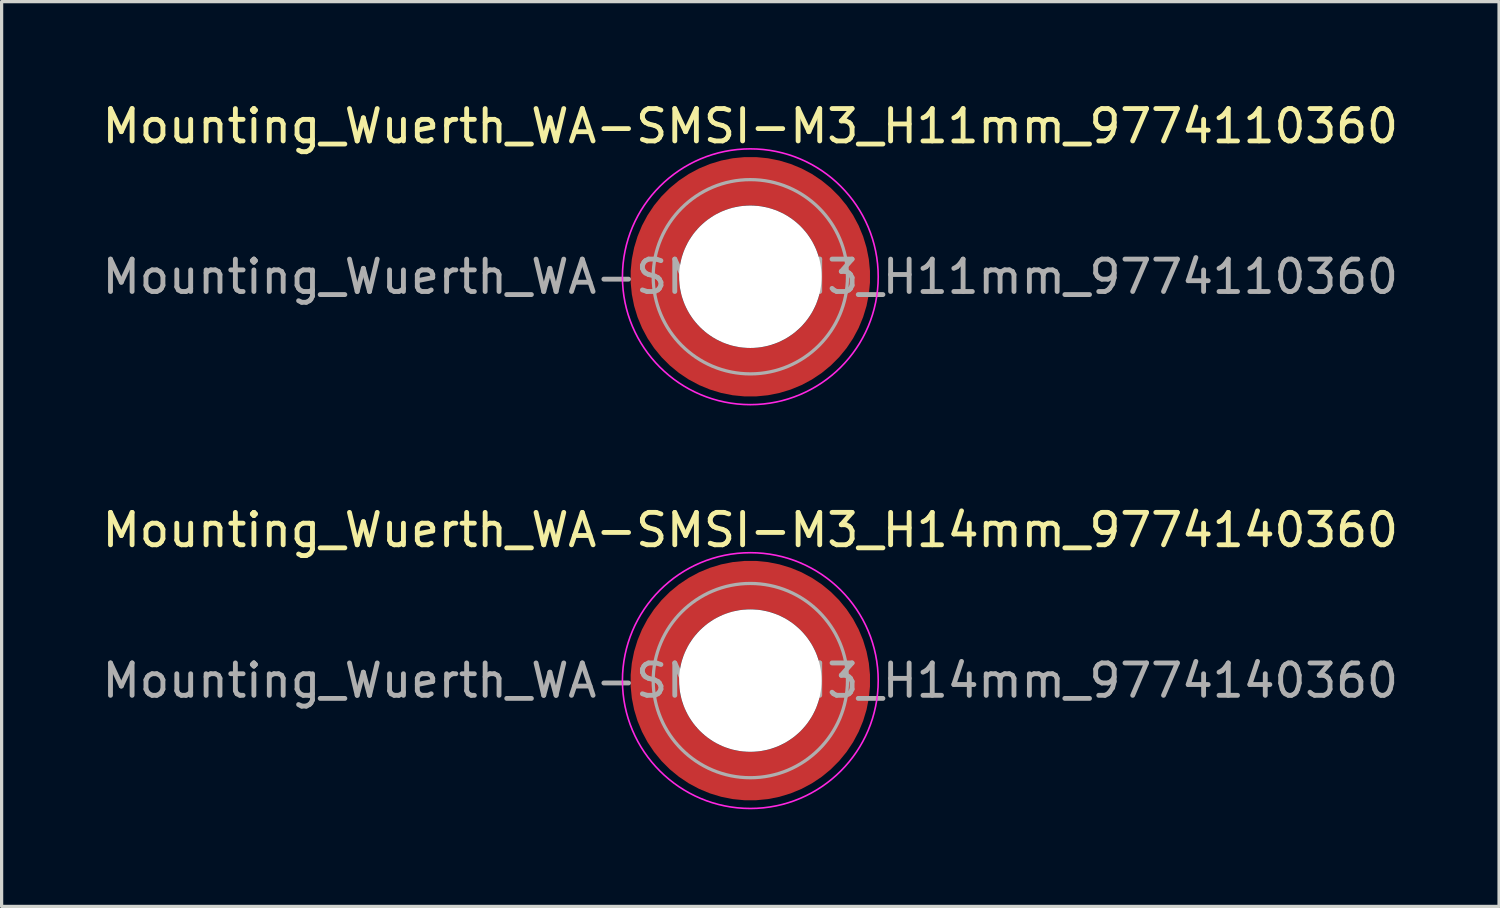
<source format=kicad_pcb>
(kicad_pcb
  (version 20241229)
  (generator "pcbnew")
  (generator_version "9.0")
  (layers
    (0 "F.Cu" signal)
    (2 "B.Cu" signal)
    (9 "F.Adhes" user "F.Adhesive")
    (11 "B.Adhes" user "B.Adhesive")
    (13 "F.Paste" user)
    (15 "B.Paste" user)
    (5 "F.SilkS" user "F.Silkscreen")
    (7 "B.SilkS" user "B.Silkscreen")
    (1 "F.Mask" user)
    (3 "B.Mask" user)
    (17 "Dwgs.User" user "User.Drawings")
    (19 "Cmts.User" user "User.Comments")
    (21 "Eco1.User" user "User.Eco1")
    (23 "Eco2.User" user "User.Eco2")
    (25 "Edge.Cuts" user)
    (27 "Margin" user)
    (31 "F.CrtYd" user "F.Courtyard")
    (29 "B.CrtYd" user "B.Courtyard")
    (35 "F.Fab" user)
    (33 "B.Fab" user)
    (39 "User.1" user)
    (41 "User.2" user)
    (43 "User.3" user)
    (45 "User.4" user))
  (footprint "Mounting_Wuerth_WA-SMSI-M3_H11mm_9774110360"
    (layer "F.Cu")
    (at 20.125 5.498)
    (property "Reference" "Mounting_Wuerth_WA-SMSI-M3_H11mm_9774110360" (at 0 -4.65 0) (layer "F.SilkS") (effects (font (size 1 1) (thickness 0.15))))
    (property "Mouser Part no." "" (at 0 0 0) (layer "F.Fab") (effects (font (size 1.27 1.27) (thickness 0.15))))
    (property "Mouser link" "" (at 0 0 0) (layer "F.Fab") (effects (font (size 1.27 1.27) (thickness 0.15))))
    (attr smd)
    (fp_circle (center 0 0) (end 3.95 0) (stroke (width 0.05) (type solid)) (fill no) (layer "F.CrtYd"))
    (fp_circle (center 0 0) (end 3 0) (stroke (width 0.1) (type solid)) (fill no) (layer "F.Fab"))
    (fp_text user "${REFERENCE}" (at 0 0 0) (layer "F.Fab") (effects (font (size 1 1) (thickness 0.15))))
    (pad "" smd custom (at -2.058 -2.058) (size 0.7 0.7) (layers "F.Paste") (options (anchor circle)) (primitives (gr_arc (start -0.377294 1.707681) (mid 0.317579 0.318817) (end 1.705947 -0.377044) (width 0.2)) (gr_arc (start -0.478281 1.707681) (mid 0.246161 0.248814) (end 1.703965 -0.477765) (width 0.2)) (gr_arc (start -0.579192 1.707681) (mid 0.175492 0.178063) (end 1.704077 -0.578711) (width 0.2)) (gr_arc (start -0.680037 1.707681) (mid 0.105568 0.106564) (end 1.706284 -0.679858) (width 0.2)) (gr_arc (start -0.780822 1.707681) (mid 0.034627 0.036085) (end 1.705634 -0.780569) (width 0.2)) (gr_arc (start -0.881554 1.707681) (mid -0.035694 -0.035016) (end 1.706729 -0.881441) (width 0.2)) (gr_arc (start -0.982237 1.707681) (mid -0.107281 -0.10485) (end 1.704266 -0.981842) (width 0.2)) (gr_arc (start -1.082877 1.707681) (mid -0.178372 -0.175181) (end 1.703197 -1.082374) (width 0.2)) (gr_arc (start -1.183476 1.707681) (mid -0.248964 -0.246008) (end 1.703525 -1.183025) (width 0.2)) (gr_arc (start -1.28404 1.707681) (mid -0.319062 -0.317333) (end 1.70525 -1.283784) (width 0.2)) (gr_line (start 1.708 -0.377) (end 1.708 -1.284) (width 0.2)) (gr_line (start -0.377 1.708) (end -1.284 1.708) (width 0.2))))
    (pad "" smd custom (at -2.058 2.058) (size 0.7 0.7) (layers "F.Paste") (options (anchor circle)) (primitives (gr_arc (start 1.707681 0.377294) (mid 0.318817 -0.317579) (end -0.377044 -1.705947) (width 0.2)) (gr_arc (start 1.707681 0.478281) (mid 0.248814 -0.246161) (end -0.477765 -1.703965) (width 0.2)) (gr_arc (start 1.707681 0.579192) (mid 0.178063 -0.175492) (end -0.578711 -1.704077) (width 0.2)) (gr_arc (start 1.707681 0.680037) (mid 0.106564 -0.105568) (end -0.679858 -1.706284) (width 0.2)) (gr_arc (start 1.707681 0.780822) (mid 0.036085 -0.034627) (end -0.780569 -1.705634) (width 0.2)) (gr_arc (start 1.707681 0.881554) (mid -0.035016 0.035694) (end -0.881441 -1.706729) (width 0.2)) (gr_arc (start 1.707681 0.982237) (mid -0.10485 0.107281) (end -0.981842 -1.704266) (width 0.2)) (gr_arc (start 1.707681 1.082877) (mid -0.175181 0.178372) (end -1.082374 -1.703197) (width 0.2)) (gr_arc (start 1.707681 1.183476) (mid -0.246008 0.248964) (end -1.183025 -1.703525) (width 0.2)) (gr_arc (start 1.707681 1.28404) (mid -0.317333 0.319062) (end -1.283784 -1.70525) (width 0.2)) (gr_line (start -0.377 -1.708) (end -1.284 -1.708) (width 0.2)) (gr_line (start 1.708 0.377) (end 1.708 1.284) (width 0.2))))
    (pad "" np_thru_hole circle (at 0 0) (size 4.4 4.4) (drill 4.4) (layers "*.Cu" "*.Mask"))
    (pad "" smd custom (at 2.058 -2.058) (size 0.7 0.7) (layers "F.Paste") (options (anchor circle)) (primitives (gr_arc (start -1.707681 -0.377294) (mid -0.318817 0.317579) (end 0.377044 1.705947) (width 0.2)) (gr_arc (start -1.707681 -0.478281) (mid -0.248814 0.246161) (end 0.477765 1.703965) (width 0.2)) (gr_arc (start -1.707681 -0.579192) (mid -0.178063 0.175492) (end 0.578711 1.704077) (width 0.2)) (gr_arc (start -1.707681 -0.680037) (mid -0.106564 0.105568) (end 0.679858 1.706284) (width 0.2)) (gr_arc (start -1.707681 -0.780822) (mid -0.036085 0.034627) (end 0.780569 1.705634) (width 0.2)) (gr_arc (start -1.707681 -0.881554) (mid 0.035016 -0.035694) (end 0.881441 1.706729) (width 0.2)) (gr_arc (start -1.707681 -0.982237) (mid 0.10485 -0.107281) (end 0.981842 1.704266) (width 0.2)) (gr_arc (start -1.707681 -1.082877) (mid 0.175181 -0.178372) (end 1.082374 1.703197) (width 0.2)) (gr_arc (start -1.707681 -1.183476) (mid 0.246008 -0.248964) (end 1.183025 1.703525) (width 0.2)) (gr_arc (start -1.707681 -1.28404) (mid 0.317333 -0.319062) (end 1.283784 1.70525) (width 0.2)) (gr_line (start 0.377 1.708) (end 1.284 1.708) (width 0.2)) (gr_line (start -1.708 -0.377) (end -1.708 -1.284) (width 0.2))))
    (pad "" smd custom (at 2.058 2.058) (size 0.7 0.7) (layers "F.Paste") (options (anchor circle)) (primitives (gr_arc (start 0.377294 -1.707681) (mid -0.317579 -0.318817) (end -1.705947 0.377044) (width 0.2)) (gr_arc (start 0.478281 -1.707681) (mid -0.246161 -0.248814) (end -1.703965 0.477765) (width 0.2)) (gr_arc (start 0.579192 -1.707681) (mid -0.175492 -0.178063) (end -1.704077 0.578711) (width 0.2)) (gr_arc (start 0.680037 -1.707681) (mid -0.105568 -0.106564) (end -1.706284 0.679858) (width 0.2)) (gr_arc (start 0.780822 -1.707681) (mid -0.034627 -0.036085) (end -1.705634 0.780569) (width 0.2)) (gr_arc (start 0.881554 -1.707681) (mid 0.035694 0.035016) (end -1.706729 0.881441) (width 0.2)) (gr_arc (start 0.982237 -1.707681) (mid 0.107281 0.10485) (end -1.704266 0.981842) (width 0.2)) (gr_arc (start 1.082877 -1.707681) (mid 0.178372 0.175181) (end -1.703197 1.082374) (width 0.2)) (gr_arc (start 1.183476 -1.707681) (mid 0.248964 0.246008) (end -1.703525 1.183025) (width 0.2)) (gr_arc (start 1.28404 -1.707681) (mid 0.319062 0.317333) (end -1.70525 1.283784) (width 0.2)) (gr_line (start -1.708 0.377) (end -1.708 1.284) (width 0.2)) (gr_line (start 0.377 -1.708) (end 1.284 -1.708) (width 0.2))))
    (pad "1" smd circle (at -2.95 0) (size 1.1 1.1) (layers "F.Cu"))
    (pad "1" smd circle (at 0 -2.95) (size 1.1 1.1) (layers "F.Cu"))
    (pad "1" smd circle (at 0 2.95) (size 1.1 1.1) (layers "F.Cu"))
    (pad "1" smd custom (at 2.95 0) (size 1.1 1.1) (layers "F.Cu" "F.Mask") (options (anchor circle)) (primitives (gr_circle (center -2.95 0) (end 0 0) (width 1.5) (fill no)))))
  (footprint "Mounting_Wuerth_WA-SMSI-M3_H14mm_9774140360"
    (layer "F.Cu")
    (at 20.125 17.971)
    (property "Reference" "Mounting_Wuerth_WA-SMSI-M3_H14mm_9774140360" (at 0 -4.65 0) (layer "F.SilkS") (effects (font (size 1 1) (thickness 0.15))))
    (property "Mouser Part no." "" (at 0 0 0) (layer "F.Fab") (effects (font (size 1.27 1.27) (thickness 0.15))))
    (property "Mouser link" "" (at 0 0 0) (layer "F.Fab") (effects (font (size 1.27 1.27) (thickness 0.15))))
    (attr smd)
    (fp_circle (center 0 0) (end 3.95 0) (stroke (width 0.05) (type solid)) (fill no) (layer "F.CrtYd"))
    (fp_circle (center 0 0) (end 3 0) (stroke (width 0.1) (type solid)) (fill no) (layer "F.Fab"))
    (fp_text user "${REFERENCE}" (at 0 0 0) (layer "F.Fab") (effects (font (size 1 1) (thickness 0.15))))
    (pad "" smd custom (at -2.058 -2.058) (size 0.7 0.7) (layers "F.Paste") (options (anchor circle)) (primitives (gr_arc (start -0.377294 1.707681) (mid 0.317579 0.318817) (end 1.705947 -0.377044) (width 0.2)) (gr_arc (start -0.478281 1.707681) (mid 0.246161 0.248814) (end 1.703965 -0.477765) (width 0.2)) (gr_arc (start -0.579192 1.707681) (mid 0.175492 0.178063) (end 1.704077 -0.578711) (width 0.2)) (gr_arc (start -0.680037 1.707681) (mid 0.105568 0.106564) (end 1.706284 -0.679858) (width 0.2)) (gr_arc (start -0.780822 1.707681) (mid 0.034627 0.036085) (end 1.705634 -0.780569) (width 0.2)) (gr_arc (start -0.881554 1.707681) (mid -0.035694 -0.035016) (end 1.706729 -0.881441) (width 0.2)) (gr_arc (start -0.982237 1.707681) (mid -0.107281 -0.10485) (end 1.704266 -0.981842) (width 0.2)) (gr_arc (start -1.082877 1.707681) (mid -0.178372 -0.175181) (end 1.703197 -1.082374) (width 0.2)) (gr_arc (start -1.183476 1.707681) (mid -0.248964 -0.246008) (end 1.703525 -1.183025) (width 0.2)) (gr_arc (start -1.28404 1.707681) (mid -0.319062 -0.317333) (end 1.70525 -1.283784) (width 0.2)) (gr_line (start 1.708 -0.377) (end 1.708 -1.284) (width 0.2)) (gr_line (start -0.377 1.708) (end -1.284 1.708) (width 0.2))))
    (pad "" smd custom (at -2.058 2.058) (size 0.7 0.7) (layers "F.Paste") (options (anchor circle)) (primitives (gr_arc (start 1.707681 0.377294) (mid 0.318817 -0.317579) (end -0.377044 -1.705947) (width 0.2)) (gr_arc (start 1.707681 0.478281) (mid 0.248814 -0.246161) (end -0.477765 -1.703965) (width 0.2)) (gr_arc (start 1.707681 0.579192) (mid 0.178063 -0.175492) (end -0.578711 -1.704077) (width 0.2)) (gr_arc (start 1.707681 0.680037) (mid 0.106564 -0.105568) (end -0.679858 -1.706284) (width 0.2)) (gr_arc (start 1.707681 0.780822) (mid 0.036085 -0.034627) (end -0.780569 -1.705634) (width 0.2)) (gr_arc (start 1.707681 0.881554) (mid -0.035016 0.035694) (end -0.881441 -1.706729) (width 0.2)) (gr_arc (start 1.707681 0.982237) (mid -0.10485 0.107281) (end -0.981842 -1.704266) (width 0.2)) (gr_arc (start 1.707681 1.082877) (mid -0.175181 0.178372) (end -1.082374 -1.703197) (width 0.2)) (gr_arc (start 1.707681 1.183476) (mid -0.246008 0.248964) (end -1.183025 -1.703525) (width 0.2)) (gr_arc (start 1.707681 1.28404) (mid -0.317333 0.319062) (end -1.283784 -1.70525) (width 0.2)) (gr_line (start -0.377 -1.708) (end -1.284 -1.708) (width 0.2)) (gr_line (start 1.708 0.377) (end 1.708 1.284) (width 0.2))))
    (pad "" np_thru_hole circle (at 0 0) (size 4.4 4.4) (drill 4.4) (layers "*.Cu" "*.Mask"))
    (pad "" smd custom (at 2.058 -2.058) (size 0.7 0.7) (layers "F.Paste") (options (anchor circle)) (primitives (gr_arc (start -1.707681 -0.377294) (mid -0.318817 0.317579) (end 0.377044 1.705947) (width 0.2)) (gr_arc (start -1.707681 -0.478281) (mid -0.248814 0.246161) (end 0.477765 1.703965) (width 0.2)) (gr_arc (start -1.707681 -0.579192) (mid -0.178063 0.175492) (end 0.578711 1.704077) (width 0.2)) (gr_arc (start -1.707681 -0.680037) (mid -0.106564 0.105568) (end 0.679858 1.706284) (width 0.2)) (gr_arc (start -1.707681 -0.780822) (mid -0.036085 0.034627) (end 0.780569 1.705634) (width 0.2)) (gr_arc (start -1.707681 -0.881554) (mid 0.035016 -0.035694) (end 0.881441 1.706729) (width 0.2)) (gr_arc (start -1.707681 -0.982237) (mid 0.10485 -0.107281) (end 0.981842 1.704266) (width 0.2)) (gr_arc (start -1.707681 -1.082877) (mid 0.175181 -0.178372) (end 1.082374 1.703197) (width 0.2)) (gr_arc (start -1.707681 -1.183476) (mid 0.246008 -0.248964) (end 1.183025 1.703525) (width 0.2)) (gr_arc (start -1.707681 -1.28404) (mid 0.317333 -0.319062) (end 1.283784 1.70525) (width 0.2)) (gr_line (start 0.377 1.708) (end 1.284 1.708) (width 0.2)) (gr_line (start -1.708 -0.377) (end -1.708 -1.284) (width 0.2))))
    (pad "" smd custom (at 2.058 2.058) (size 0.7 0.7) (layers "F.Paste") (options (anchor circle)) (primitives (gr_arc (start 0.377294 -1.707681) (mid -0.317579 -0.318817) (end -1.705947 0.377044) (width 0.2)) (gr_arc (start 0.478281 -1.707681) (mid -0.246161 -0.248814) (end -1.703965 0.477765) (width 0.2)) (gr_arc (start 0.579192 -1.707681) (mid -0.175492 -0.178063) (end -1.704077 0.578711) (width 0.2)) (gr_arc (start 0.680037 -1.707681) (mid -0.105568 -0.106564) (end -1.706284 0.679858) (width 0.2)) (gr_arc (start 0.780822 -1.707681) (mid -0.034627 -0.036085) (end -1.705634 0.780569) (width 0.2)) (gr_arc (start 0.881554 -1.707681) (mid 0.035694 0.035016) (end -1.706729 0.881441) (width 0.2)) (gr_arc (start 0.982237 -1.707681) (mid 0.107281 0.10485) (end -1.704266 0.981842) (width 0.2)) (gr_arc (start 1.082877 -1.707681) (mid 0.178372 0.175181) (end -1.703197 1.082374) (width 0.2)) (gr_arc (start 1.183476 -1.707681) (mid 0.248964 0.246008) (end -1.703525 1.183025) (width 0.2)) (gr_arc (start 1.28404 -1.707681) (mid 0.319062 0.317333) (end -1.70525 1.283784) (width 0.2)) (gr_line (start -1.708 0.377) (end -1.708 1.284) (width 0.2)) (gr_line (start 0.377 -1.708) (end 1.284 -1.708) (width 0.2))))
    (pad "1" smd circle (at -2.95 0) (size 1.1 1.1) (layers "F.Cu"))
    (pad "1" smd circle (at 0 -2.95) (size 1.1 1.1) (layers "F.Cu"))
    (pad "1" smd circle (at 0 2.95) (size 1.1 1.1) (layers "F.Cu"))
    (pad "1" smd custom (at 2.95 0) (size 1.1 1.1) (layers "F.Cu" "F.Mask") (options (anchor circle)) (primitives (gr_circle (center -2.95 0) (end 0 0) (width 1.5) (fill no)))))
  (gr_rect
    (start -3 -3)
    (end 43.25 24.947)
    (stroke (width 0.1) (type default))
    (fill no)
    (layer "Edge.Cuts")))
</source>
